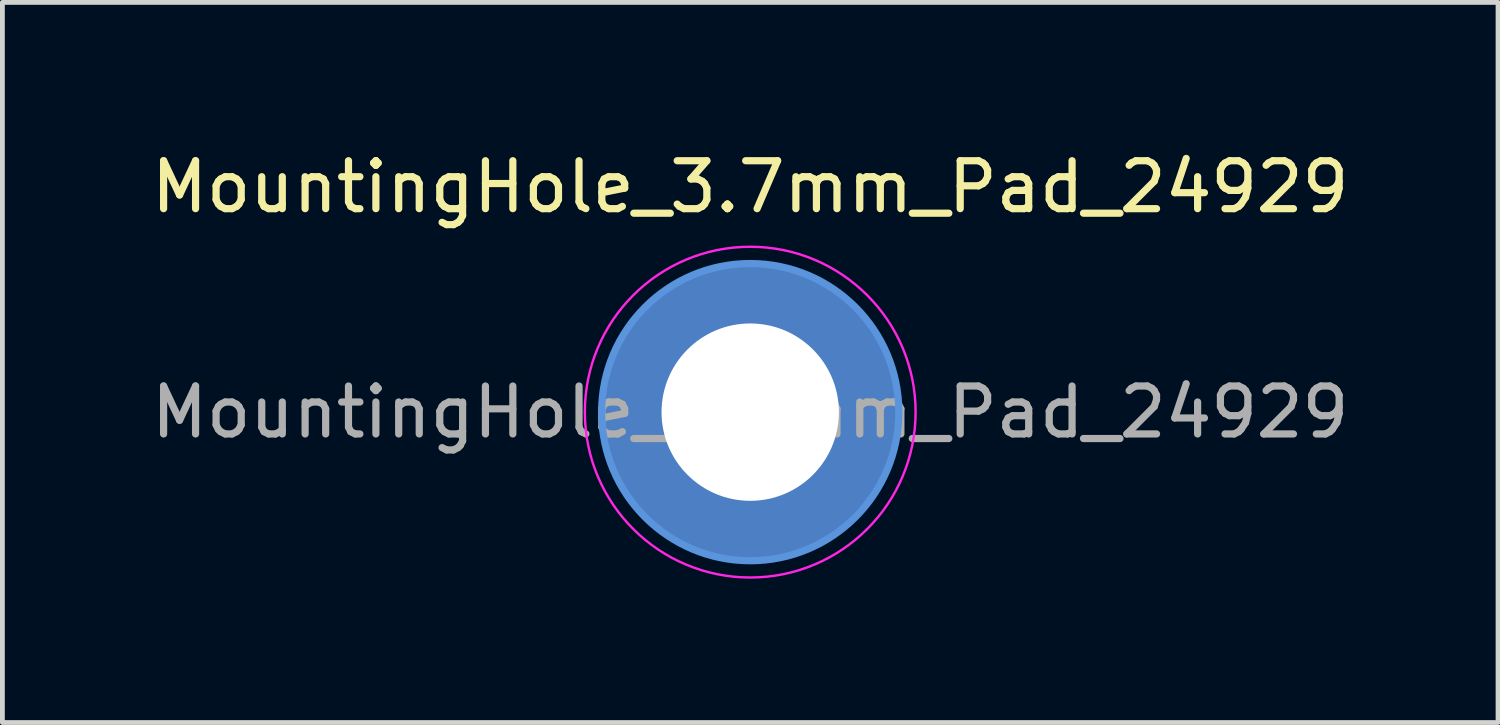
<source format=kicad_pcb>
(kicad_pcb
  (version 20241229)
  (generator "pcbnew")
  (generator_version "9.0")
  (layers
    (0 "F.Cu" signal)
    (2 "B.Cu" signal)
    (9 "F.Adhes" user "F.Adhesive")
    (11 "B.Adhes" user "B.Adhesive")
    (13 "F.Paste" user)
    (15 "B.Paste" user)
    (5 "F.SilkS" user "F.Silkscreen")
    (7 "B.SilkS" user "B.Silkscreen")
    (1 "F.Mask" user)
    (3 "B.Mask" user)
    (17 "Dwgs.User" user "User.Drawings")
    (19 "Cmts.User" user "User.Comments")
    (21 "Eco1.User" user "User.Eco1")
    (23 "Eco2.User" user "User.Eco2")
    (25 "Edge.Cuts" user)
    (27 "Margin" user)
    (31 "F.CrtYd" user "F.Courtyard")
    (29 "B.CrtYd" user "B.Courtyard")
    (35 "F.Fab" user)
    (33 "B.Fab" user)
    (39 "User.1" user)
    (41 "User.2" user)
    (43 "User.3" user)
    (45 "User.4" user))
  (footprint "MountingHole_3.7mm_Pad_24929"
    (layer "F.Cu")
    (at 12.601 5.548)
    (property "Reference" "MountingHole_3.7mm_Pad_24929" (at 0 -4.7 0) (layer "F.SilkS") (effects (font (size 1 1) (thickness 0.15))))
    (attr exclude_from_pos_files exclude_from_bom)
    (fp_circle (center 0 0) (end 3.1 0) (stroke (width 0.15) (type solid)) (fill no) (layer "Cmts.User"))
    (fp_circle (center 0 0) (end 3.45 0) (stroke (width 0.05) (type solid)) (fill no) (layer "F.CrtYd"))
    (fp_text user "${REFERENCE}" (at 0 0 0) (layer "F.Fab") (effects (font (size 1 1) (thickness 0.15))))
    (pad "1" thru_hole circle (at 0 0) (size 6.2 6.2) (drill 3.7) (layers "*.Cu" "*.Mask")))
  (gr_rect
    (start -3 -3)
    (end 28.202 12.023)
    (stroke (width 0.1) (type default))
    (fill no)
    (layer "Edge.Cuts")))
</source>
